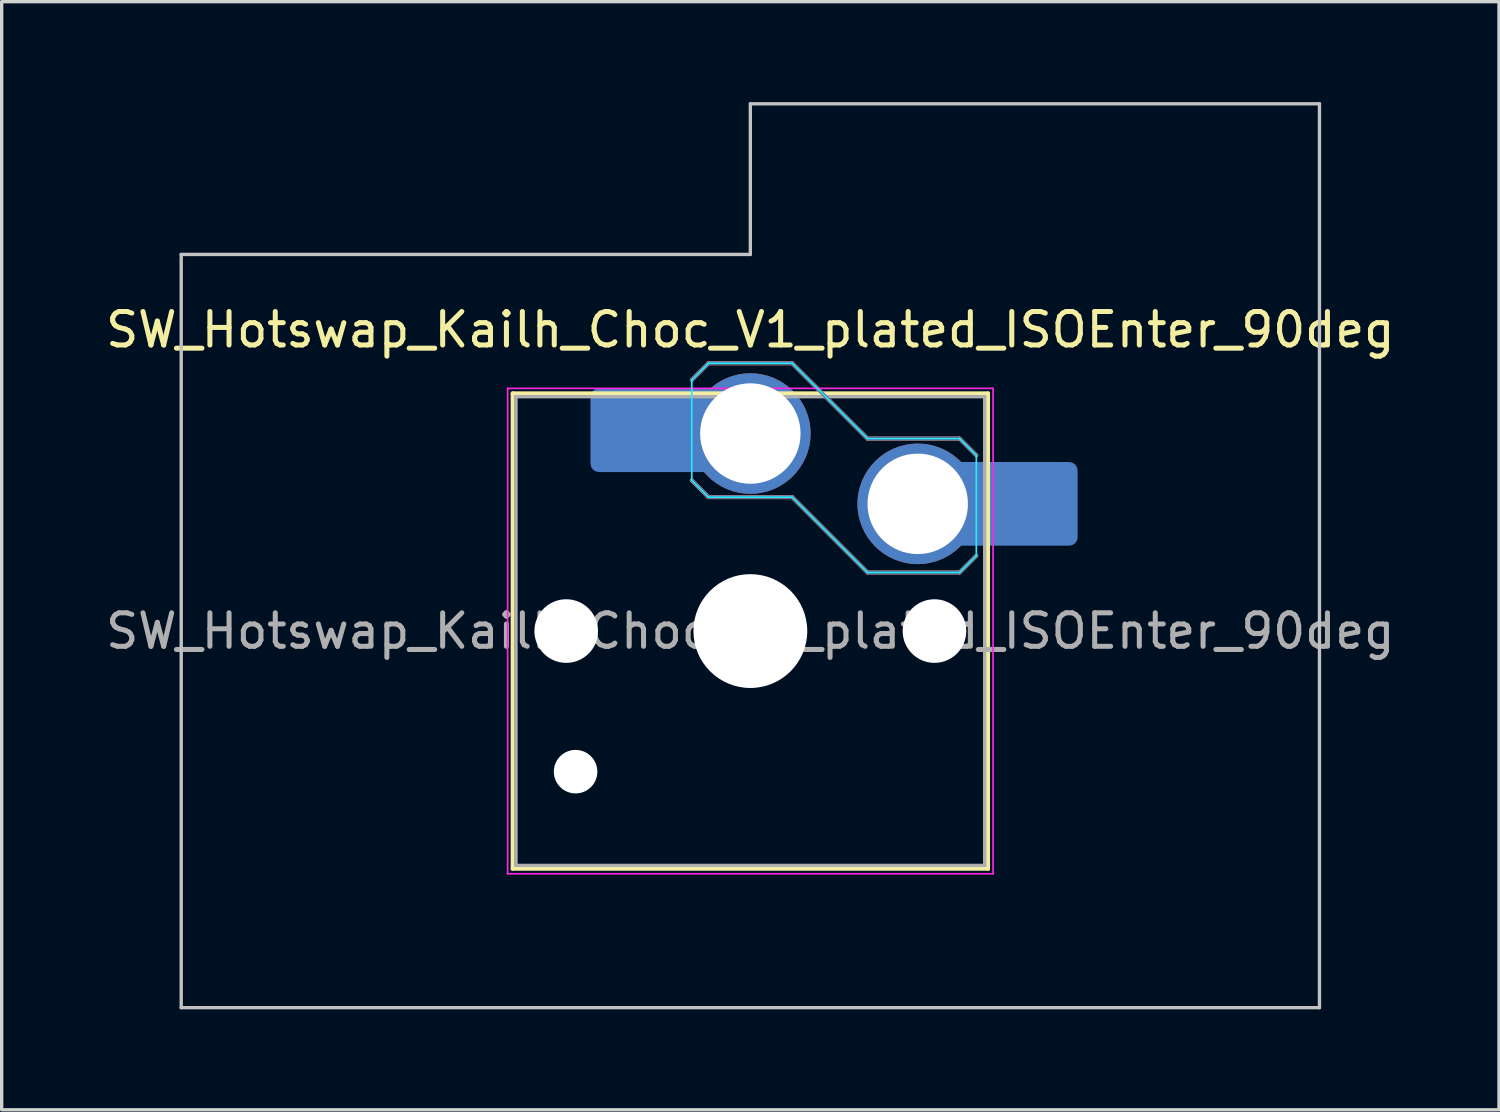
<source format=kicad_pcb>
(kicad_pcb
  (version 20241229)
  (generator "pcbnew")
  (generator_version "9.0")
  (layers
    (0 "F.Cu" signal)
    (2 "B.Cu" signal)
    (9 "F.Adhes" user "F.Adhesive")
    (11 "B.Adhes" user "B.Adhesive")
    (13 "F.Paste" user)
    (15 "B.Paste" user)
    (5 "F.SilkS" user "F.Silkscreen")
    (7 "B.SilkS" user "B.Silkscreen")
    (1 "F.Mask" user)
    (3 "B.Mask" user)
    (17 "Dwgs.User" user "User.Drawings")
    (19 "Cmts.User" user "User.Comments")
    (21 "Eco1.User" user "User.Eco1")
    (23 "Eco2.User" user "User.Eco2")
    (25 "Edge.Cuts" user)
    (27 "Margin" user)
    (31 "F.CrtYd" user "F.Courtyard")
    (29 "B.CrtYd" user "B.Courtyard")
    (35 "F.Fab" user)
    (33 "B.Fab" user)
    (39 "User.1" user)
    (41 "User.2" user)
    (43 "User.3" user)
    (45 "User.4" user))
  (footprint "SW_Hotswap_Kailh_Choc_V1_plated_ISOEnter_90deg"
    (layer "F.Cu")
    (at 19.363 15.8)
    (property "Reference" "SW_Hotswap_Kailh_Choc_V1_plated_ISOEnter_90deg" (at 0 -9 0) (layer "F.SilkS") (effects (font (size 1 1) (thickness 0.15))))
    (attr smd)
    (fp_line (start -7.1 -7.1) (end -7.1 7.1) (stroke (width 0.12) (type solid)) (layer "F.SilkS"))
    (fp_line (start -7.1 7.1) (end 7.1 7.1) (stroke (width 0.12) (type solid)) (layer "F.SilkS"))
    (fp_line (start 7.1 -7.1) (end -7.1 -7.1) (stroke (width 0.12) (type solid)) (layer "F.SilkS"))
    (fp_line (start 7.1 7.1) (end 7.1 -7.1) (stroke (width 0.12) (type solid)) (layer "F.SilkS"))
    (fp_line (start -1.75 -7.5) (end -1.25 -8) (stroke (width 0.12) (type solid)) (layer "B.SilkS"))
    (fp_line (start -1.25 -8) (end 1.25 -8) (stroke (width 0.12) (type solid)) (layer "B.SilkS"))
    (fp_line (start -1.25 -4) (end -1.75 -4.5) (stroke (width 0.12) (type solid)) (layer "B.SilkS"))
    (fp_line (start 1.25 -8) (end 3.5 -5.75) (stroke (width 0.12) (type solid)) (layer "B.SilkS"))
    (fp_line (start 1.25 -4) (end -1.25 -4) (stroke (width 0.12) (type solid)) (layer "B.SilkS"))
    (fp_line (start 3.5 -5.75) (end 6.25 -5.75) (stroke (width 0.12) (type solid)) (layer "B.SilkS"))
    (fp_line (start 3.5 -1.75) (end 1.25 -4) (stroke (width 0.12) (type solid)) (layer "B.SilkS"))
    (fp_line (start 6.25 -5.75) (end 6.75 -5.25) (stroke (width 0.12) (type solid)) (layer "B.SilkS"))
    (fp_line (start 6.25 -1.75) (end 3.5 -1.75) (stroke (width 0.12) (type solid)) (layer "B.SilkS"))
    (fp_line (start 6.75 -2.25) (end 6.25 -1.75) (stroke (width 0.12) (type solid)) (layer "B.SilkS"))
    (fp_line (start -17 -11.25) (end -17 11.25) (stroke (width 0.1) (type solid)) (layer "Dwgs.User"))
    (fp_line (start -17 11.25) (end 17 11.25) (stroke (width 0.1) (type solid)) (layer "Dwgs.User"))
    (fp_line (start 0 -15.75) (end 0 -11.25) (stroke (width 0.1) (type solid)) (layer "Dwgs.User"))
    (fp_line (start 0 -11.25) (end -17 -11.25) (stroke (width 0.1) (type solid)) (layer "Dwgs.User"))
    (fp_line (start 17 -15.75) (end 0 -15.75) (stroke (width 0.1) (type solid)) (layer "Dwgs.User"))
    (fp_line (start 17 11.25) (end 17 -15.75) (stroke (width 0.1) (type solid)) (layer "Dwgs.User"))
    (fp_line (start -1.75 -7.5) (end -1.25 -8) (stroke (width 0.05) (type solid)) (layer "B.CrtYd"))
    (fp_line (start -1.75 -4.5) (end -1.75 -7.5) (stroke (width 0.05) (type solid)) (layer "B.CrtYd"))
    (fp_line (start -1.25 -8) (end 1.25 -8) (stroke (width 0.05) (type solid)) (layer "B.CrtYd"))
    (fp_line (start -1.25 -4) (end -1.75 -4.5) (stroke (width 0.05) (type solid)) (layer "B.CrtYd"))
    (fp_line (start 1.25 -8) (end 3.5 -5.75) (stroke (width 0.05) (type solid)) (layer "B.CrtYd"))
    (fp_line (start 1.25 -4) (end -1.25 -4) (stroke (width 0.05) (type solid)) (layer "B.CrtYd"))
    (fp_line (start 3.5 -5.75) (end 6.25 -5.75) (stroke (width 0.05) (type solid)) (layer "B.CrtYd"))
    (fp_line (start 3.5 -1.75) (end 1.25 -4) (stroke (width 0.05) (type solid)) (layer "B.CrtYd"))
    (fp_line (start 6.25 -5.75) (end 6.75 -5.25) (stroke (width 0.05) (type solid)) (layer "B.CrtYd"))
    (fp_line (start 6.25 -1.75) (end 3.5 -1.75) (stroke (width 0.05) (type solid)) (layer "B.CrtYd"))
    (fp_line (start 6.75 -5.25) (end 6.75 -2.25) (stroke (width 0.05) (type solid)) (layer "B.CrtYd"))
    (fp_line (start 6.75 -2.25) (end 6.25 -1.75) (stroke (width 0.05) (type solid)) (layer "B.CrtYd"))
    (fp_line (start -7.25 -7.25) (end -7.25 7.25) (stroke (width 0.05) (type solid)) (layer "F.CrtYd"))
    (fp_line (start -7.25 7.25) (end 7.25 7.25) (stroke (width 0.05) (type solid)) (layer "F.CrtYd"))
    (fp_line (start 7.25 -7.25) (end -7.25 -7.25) (stroke (width 0.05) (type solid)) (layer "F.CrtYd"))
    (fp_line (start 7.25 7.25) (end 7.25 -7.25) (stroke (width 0.05) (type solid)) (layer "F.CrtYd"))
    (fp_line (start -1.75 -7.5) (end -1.25 -8) (stroke (width 0.1) (type solid)) (layer "B.Fab"))
    (fp_line (start -1.25 -8) (end 1.25 -8) (stroke (width 0.1) (type solid)) (layer "B.Fab"))
    (fp_line (start -1.25 -4) (end -1.75 -4.5) (stroke (width 0.1) (type solid)) (layer "B.Fab"))
    (fp_line (start 1.25 -8) (end 3.5 -5.75) (stroke (width 0.1) (type solid)) (layer "B.Fab"))
    (fp_line (start 1.25 -4) (end -1.25 -4) (stroke (width 0.1) (type solid)) (layer "B.Fab"))
    (fp_line (start 3.5 -5.75) (end 6.25 -5.75) (stroke (width 0.1) (type solid)) (layer "B.Fab"))
    (fp_line (start 3.5 -1.75) (end 1.25 -4) (stroke (width 0.1) (type solid)) (layer "B.Fab"))
    (fp_line (start 6.25 -5.75) (end 6.75 -5.25) (stroke (width 0.1) (type solid)) (layer "B.Fab"))
    (fp_line (start 6.25 -1.75) (end 3.5 -1.75) (stroke (width 0.1) (type solid)) (layer "B.Fab"))
    (fp_line (start 6.75 -2.25) (end 6.25 -1.75) (stroke (width 0.1) (type solid)) (layer "B.Fab"))
    (fp_line (start -7 -7) (end -7 7) (stroke (width 0.1) (type solid)) (layer "F.Fab"))
    (fp_line (start -7 7) (end 7 7) (stroke (width 0.1) (type solid)) (layer "F.Fab"))
    (fp_line (start 7 -7) (end -7 -7) (stroke (width 0.1) (type solid)) (layer "F.Fab"))
    (fp_line (start 7 7) (end 7 -7) (stroke (width 0.1) (type solid)) (layer "F.Fab"))
    (fp_text user "${REFERENCE}" (at 0 0 0) (layer "F.Fab") (effects (font (size 1 1) (thickness 0.15))))
    (pad "" np_thru_hole circle (at -5.5 0) (size 1.9 1.9) (drill 1.9) (layers "*.Cu" "*.Mask"))
    (pad "" np_thru_hole circle (at -5.22 4.2) (size 1.3 1.3) (drill 1.3) (layers "*.Cu" "*.Mask"))
    (pad "" smd roundrect (at -3.5 -6) (size 2.55 2.5) (layers "B.Mask" "B.Paste") (roundrect_rratio 0.1))
    (pad "" np_thru_hole circle (at 0 0) (size 3.4 3.4) (drill 3.4) (layers "*.Cu" "*.Mask"))
    (pad "" np_thru_hole circle (at 5.5 0) (size 1.9 1.9) (drill 1.9) (layers "*.Cu" "*.Mask"))
    (pad "" smd roundrect (at 8.5 -3.8) (size 2.55 2.5) (layers "B.Mask" "B.Paste") (roundrect_rratio 0.1))
    (pad "1" smd roundrect (at -2.85 -6) (size 3.85 2.5) (layers "B.Cu") (roundrect_rratio 0.1))
    (pad "1" thru_hole circle (at 0 -5.9) (size 3.6 3.6) (drill 3) (layers "*.Cu" "B.Mask"))
    (pad "2" thru_hole circle (at 5 -3.8) (size 3.6 3.6) (drill 3) (layers "*.Cu" "B.Mask"))
    (pad "2" smd roundrect (at 7.85 -3.8) (size 3.85 2.5) (layers "B.Cu") (roundrect_rratio 0.1)))
  (gr_rect
    (start -3 -3)
    (end 41.726 30.1)
    (stroke (width 0.1) (type default))
    (fill no)
    (layer "Edge.Cuts")))
</source>
